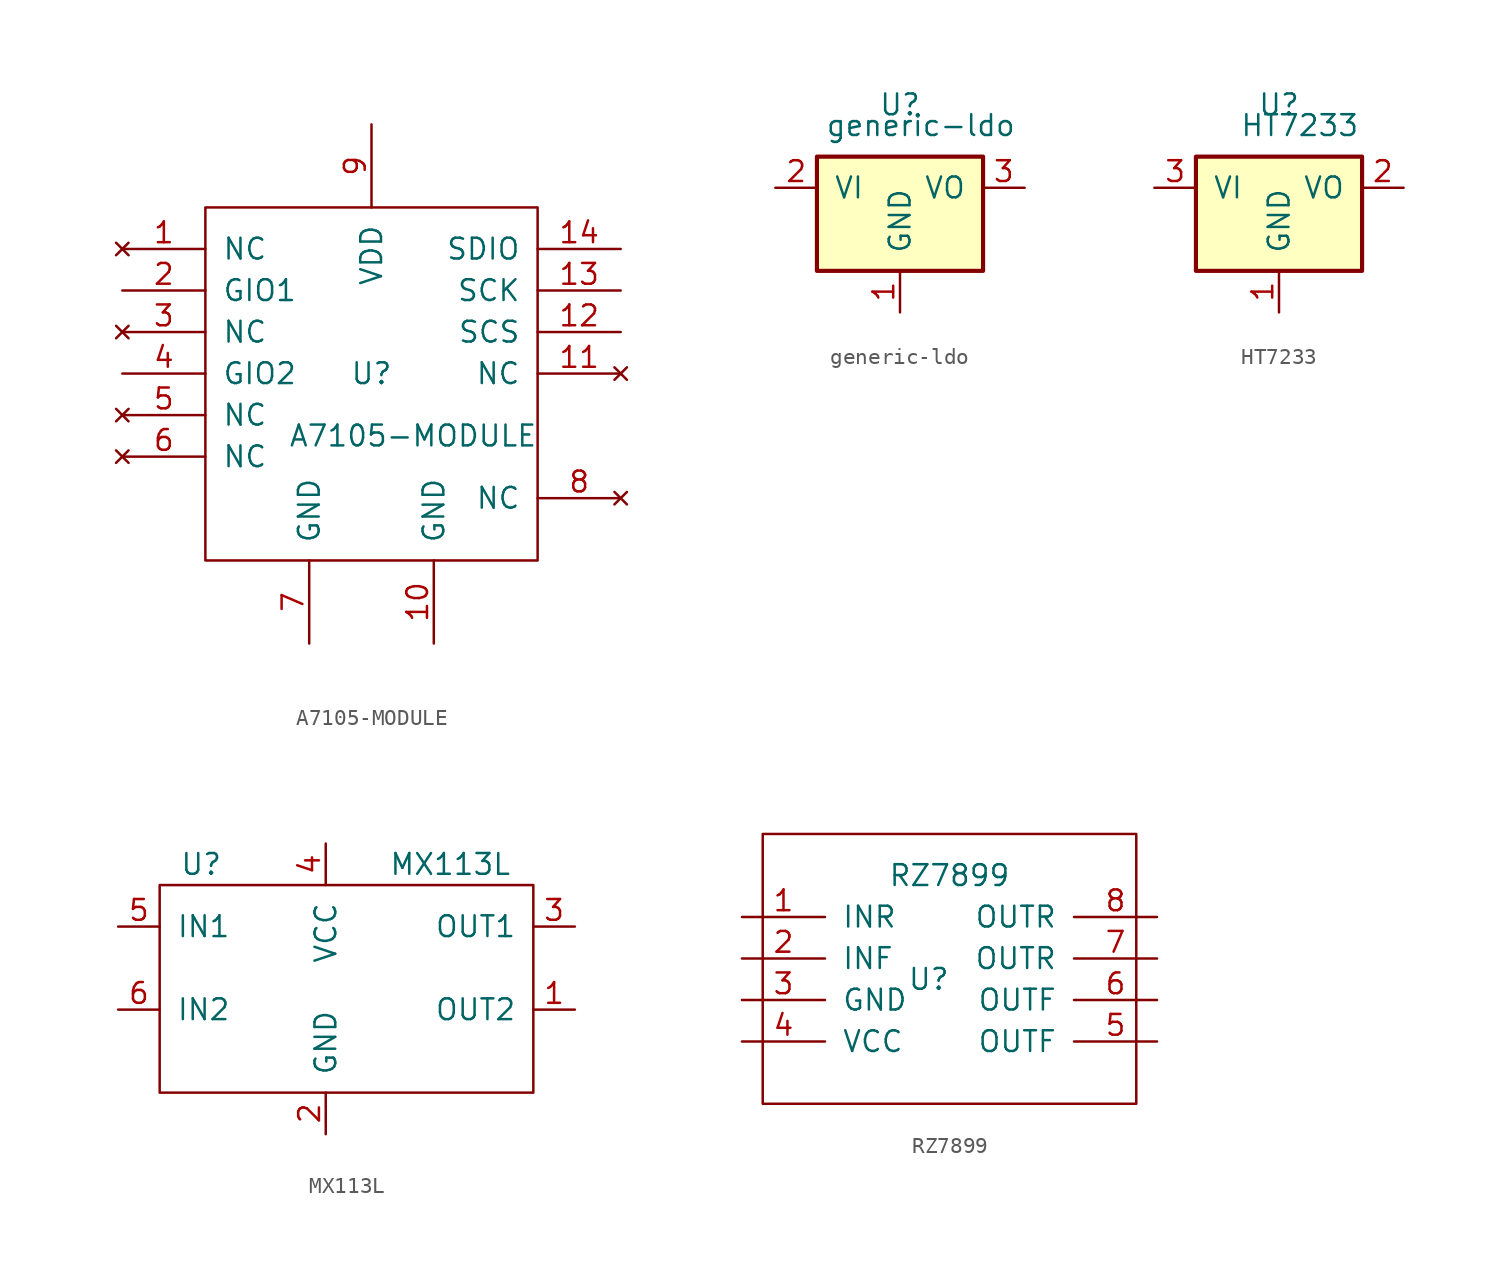
<source format=kicad_sym>
(kicad_symbol_lib
  (version 20211014)
  (generator kicad_symbol_editor)
  (symbol "A7105-MODULE"
    (pin_names
      (offset 1.016))
    (property "Reference" "U"
      (at 0 0 0)
      (effects (font (size 1.27 1.27))))
    (property "Value" "A7105-MODULE"
      (at 2.54 -3.81 0)
      (effects (font (size 1.27 1.27))))
    (symbol "A7105-MODULE_0_1"
      (rectangle (start -10.16 10.16) (end 10.16 -11.43) (stroke (width 0) (type default) (color 0 0 0 0)) (fill (type none))))
    (symbol "A7105-MODULE_1_1"
      (pin no_connect line (at -15.24 7.62 0) (length 5.08) (name "NC" (effects (font (size 1.27 1.27)))) (number "1" (effects (font (size 1.27 1.27)))))
      (pin power_in line (at 3.81 -16.51 90) (length 5.08) (name "GND" (effects (font (size 1.27 1.27)))) (number "10" (effects (font (size 1.27 1.27)))))
      (pin no_connect line (at 15.24 0 180) (length 5.08) (name "NC" (effects (font (size 1.27 1.27)))) (number "11" (effects (font (size 1.27 1.27)))))
      (pin input line (at 15.24 2.54 180) (length 5.08) (name "SCS" (effects (font (size 1.27 1.27)))) (number "12" (effects (font (size 1.27 1.27)))))
      (pin input line (at 15.24 5.08 180) (length 5.08) (name "SCK" (effects (font (size 1.27 1.27)))) (number "13" (effects (font (size 1.27 1.27)))))
      (pin bidirectional line (at 15.24 7.62 180) (length 5.08) (name "SDIO" (effects (font (size 1.27 1.27)))) (number "14" (effects (font (size 1.27 1.27)))))
      (pin bidirectional line (at -15.24 5.08 0) (length 5.08) (name "GIO1" (effects (font (size 1.27 1.27)))) (number "2" (effects (font (size 1.27 1.27)))))
      (pin no_connect line (at -15.24 2.54 0) (length 5.08) (name "NC" (effects (font (size 1.27 1.27)))) (number "3" (effects (font (size 1.27 1.27)))))
      (pin bidirectional line (at -15.24 0 0) (length 5.08) (name "GIO2" (effects (font (size 1.27 1.27)))) (number "4" (effects (font (size 1.27 1.27)))))
      (pin no_connect line (at -15.24 -2.54 0) (length 5.08) (name "NC" (effects (font (size 1.27 1.27)))) (number "5" (effects (font (size 1.27 1.27)))))
      (pin no_connect line (at -15.24 -5.08 0) (length 5.08) (name "NC" (effects (font (size 1.27 1.27)))) (number "6" (effects (font (size 1.27 1.27)))))
      (pin power_in line (at -3.81 -16.51 90) (length 5.08) (name "GND" (effects (font (size 1.27 1.27)))) (number "7" (effects (font (size 1.27 1.27)))))
      (pin no_connect line (at 15.24 -7.62 180) (length 5.08) (name "NC" (effects (font (size 1.27 1.27)))) (number "8" (effects (font (size 1.27 1.27)))))
      (pin power_in line (at 0 15.24 270) (length 5.08) (name "VDD" (effects (font (size 1.27 1.27)))) (number "9" (effects (font (size 1.27 1.27)))))))
  (symbol "generic-ldo"
    (pin_names
      (offset 1.016))
    (property "Reference" "U"
      (at 0 1.27 0)
      (effects (font (size 1.27 1.27))))
    (property "Value" "generic-ldo"
      (at 1.27 0 0)
      (effects (font (size 1.27 1.27))))
    (symbol "generic-ldo_1_1"
      (rectangle (start -5.08 -8.89) (end 5.08 -1.905) (stroke (width 0.254) (type default) (color 0 0 0 0)) (fill (type background)))
      (pin power_in line (at 0 -11.43 90) (length 2.54) (name "GND" (effects (font (size 1.27 1.27)))) (number "1" (effects (font (size 1.27 1.27)))))
      (pin power_in line (at -7.62 -3.81 0) (length 2.54) (name "VI" (effects (font (size 1.27 1.27)))) (number "2" (effects (font (size 1.27 1.27)))))
      (pin power_out line (at 7.62 -3.81 180) (length 2.54) (name "VO" (effects (font (size 1.27 1.27)))) (number "3" (effects (font (size 1.27 1.27)))))))
  (symbol "HT7233"
    (pin_names
      (offset 1.016))
    (property "Reference" "U"
      (at 0 1.27 0)
      (effects (font (size 1.27 1.27))))
    (property "Value" "HT7233"
      (at 1.27 0 0)
      (effects (font (size 1.27 1.27))))
    (symbol "HT7233_1_1"
      (rectangle (start -5.08 -8.89) (end 5.08 -1.905) (stroke (width 0.254) (type default) (color 0 0 0 0)) (fill (type background)))
      (pin power_in line (at 0 -11.43 90) (length 2.54) (name "GND" (effects (font (size 1.27 1.27)))) (number "1" (effects (font (size 1.27 1.27)))))
      (pin power_out line (at 7.62 -3.81 180) (length 2.54) (name "VO" (effects (font (size 1.27 1.27)))) (number "2" (effects (font (size 1.27 1.27)))))
      (pin power_in line (at -7.62 -3.81 0) (length 2.54) (name "VI" (effects (font (size 1.27 1.27)))) (number "3" (effects (font (size 1.27 1.27)))))))
  (symbol "MX113L"
    (pin_names
      (offset 1.016))
    (property "Reference" "U"
      (at -7.62 0 0)
      (effects (font (size 1.27 1.27))))
    (property "Value" "MX113L"
      (at 7.62 0 0)
      (effects (font (size 1.27 1.27))))
    (symbol "MX113L_0_1"
      (rectangle (start -10.16 -1.27) (end 12.7 -13.97) (stroke (width 0) (type default) (color 0 0 0 0)) (fill (type none))))
    (symbol "MX113L_1_1"
      (pin output line (at 15.24 -8.89 180) (length 2.54) (name "OUT2" (effects (font (size 1.27 1.27)))) (number "1" (effects (font (size 1.27 1.27)))))
      (pin power_in line (at 0 -16.51 90) (length 2.54) (name "GND" (effects (font (size 1.27 1.27)))) (number "2" (effects (font (size 1.27 1.27)))))
      (pin output line (at 15.24 -3.81 180) (length 2.54) (name "OUT1" (effects (font (size 1.27 1.27)))) (number "3" (effects (font (size 1.27 1.27)))))
      (pin power_in line (at 0 1.27 270) (length 2.54) (name "VCC" (effects (font (size 1.27 1.27)))) (number "4" (effects (font (size 1.27 1.27)))))
      (pin input line (at -12.7 -3.81 0) (length 2.54) (name "IN1" (effects (font (size 1.27 1.27)))) (number "5" (effects (font (size 1.27 1.27)))))
      (pin input line (at -12.7 -8.89 0) (length 2.54) (name "IN2" (effects (font (size 1.27 1.27)))) (number "6" (effects (font (size 1.27 1.27)))))))
  (symbol "RZ7899"
    (pin_names
      (offset 1.016))
    (property "Reference" "U"
      (at -3.81 -3.81 0)
      (effects (font (size 1.27 1.27))))
    (property "Value" "RZ7899"
      (at -2.54 2.54 0)
      (effects (font (size 1.27 1.27))))
    (symbol "RZ7899_0_1"
      (rectangle (start 8.89 5.08) (end -13.97 -11.43) (stroke (width 0) (type default) (color 0 0 0 0)) (fill (type none))))
    (symbol "RZ7899_1_1"
      (pin input line (at -15.24 0 0) (length 5.08) (name "INR" (effects (font (size 1.27 1.27)))) (number "1" (effects (font (size 1.27 1.27)))))
      (pin input line (at -15.24 -2.54 0) (length 5.08) (name "INF" (effects (font (size 1.27 1.27)))) (number "2" (effects (font (size 1.27 1.27)))))
      (pin power_in line (at -15.24 -5.08 0) (length 5.08) (name "GND" (effects (font (size 1.27 1.27)))) (number "3" (effects (font (size 1.27 1.27)))))
      (pin power_in line (at -15.24 -7.62 0) (length 5.08) (name "VCC" (effects (font (size 1.27 1.27)))) (number "4" (effects (font (size 1.27 1.27)))))
      (pin output line (at 10.16 -7.62 180) (length 5.08) (name "OUTF" (effects (font (size 1.27 1.27)))) (number "5" (effects (font (size 1.27 1.27)))))
      (pin passive line (at 10.16 -5.08 180) (length 5.08) (name "OUTF" (effects (font (size 1.27 1.27)))) (number "6" (effects (font (size 1.27 1.27)))))
      (pin output line (at 10.16 -2.54 180) (length 5.08) (name "OUTR" (effects (font (size 1.27 1.27)))) (number "7" (effects (font (size 1.27 1.27)))))
      (pin passive line (at 10.16 0 180) (length 5.08) (name "OUTR" (effects (font (size 1.27 1.27)))) (number "8" (effects (font (size 1.27 1.27))))))))
</source>
